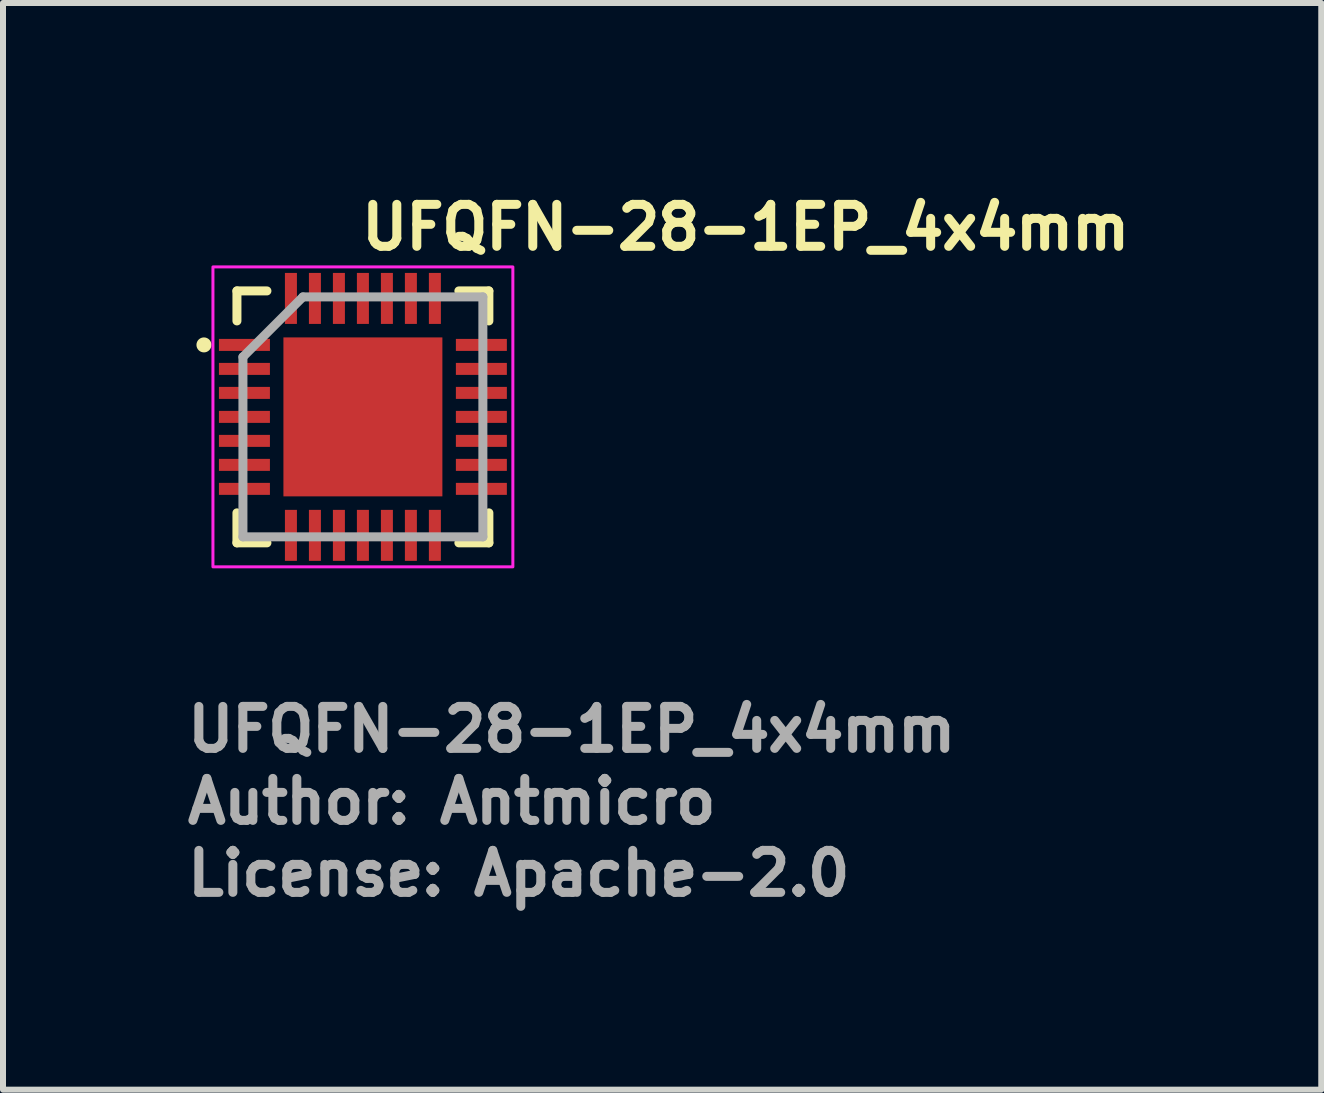
<source format=kicad_pcb>
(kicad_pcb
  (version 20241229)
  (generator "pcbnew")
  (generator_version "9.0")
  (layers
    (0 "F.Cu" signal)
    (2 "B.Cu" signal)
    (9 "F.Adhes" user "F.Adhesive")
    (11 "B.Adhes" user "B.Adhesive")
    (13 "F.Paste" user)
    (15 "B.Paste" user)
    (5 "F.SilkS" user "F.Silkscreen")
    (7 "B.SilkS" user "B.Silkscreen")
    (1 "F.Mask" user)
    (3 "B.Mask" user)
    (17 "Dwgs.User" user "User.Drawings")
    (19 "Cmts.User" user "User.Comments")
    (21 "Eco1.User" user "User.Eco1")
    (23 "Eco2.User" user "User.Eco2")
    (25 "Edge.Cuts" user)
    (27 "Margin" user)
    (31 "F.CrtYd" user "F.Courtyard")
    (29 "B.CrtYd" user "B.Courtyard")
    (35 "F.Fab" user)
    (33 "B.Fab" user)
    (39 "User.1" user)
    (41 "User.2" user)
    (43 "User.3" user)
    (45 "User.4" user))
  (footprint "UFQFN-28-1EP_4x4mm"
    (layer "F.Cu")
    (at 3 3.9)
    (property "Reference" "UFQFN-28-1EP_4x4mm" (at -0.1 -2.75 0) (layer "F.SilkS") (effects (font (size 0.7 0.7) (thickness 0.15)) (justify left bottom)))
    (attr smd)
    (fp_line (start -2.1 -1.6) (end -2.1 -2.1) (stroke (width 0.15) (type solid)) (layer "F.SilkS"))
    (fp_line (start -2.1 2.1) (end -2.1 1.6) (stroke (width 0.15) (type solid)) (layer "F.SilkS"))
    (fp_line (start -2.1 2.1) (end -1.6 2.1) (stroke (width 0.15) (type solid)) (layer "F.SilkS"))
    (fp_line (start -1.6 -2.1) (end -2.1 -2.1) (stroke (width 0.15) (type solid)) (layer "F.SilkS"))
    (fp_line (start 2.1 -2.1) (end 1.6 -2.1) (stroke (width 0.15) (type solid)) (layer "F.SilkS"))
    (fp_line (start 2.1 -2.1) (end 2.1 -1.6) (stroke (width 0.15) (type solid)) (layer "F.SilkS"))
    (fp_line (start 2.1 2.1) (end 1.6 2.1) (stroke (width 0.15) (type solid)) (layer "F.SilkS"))
    (fp_line (start 2.1 2.1) (end 2.1 1.6) (stroke (width 0.15) (type solid)) (layer "F.SilkS"))
    (fp_circle (center -2.65 -1.2) (end -2.6 -1.2) (stroke (width 0.15) (type solid)) (fill yes) (layer "F.SilkS"))
    (fp_rect (start -2.5 -2.5) (end 2.5 2.5) (stroke (width 0.05) (type solid)) (fill no) (layer "F.CrtYd"))
    (fp_line (start -2 -1) (end -1 -2) (stroke (width 0.15) (type solid)) (layer "F.Fab"))
    (fp_line (start -2 2) (end -2 -1) (stroke (width 0.15) (type solid)) (layer "F.Fab"))
    (fp_line (start -1 -2) (end 2 -2) (stroke (width 0.15) (type solid)) (layer "F.Fab"))
    (fp_line (start 2 -2) (end 2 2) (stroke (width 0.15) (type solid)) (layer "F.Fab"))
    (fp_line (start 2 2) (end -2 2) (stroke (width 0.15) (type solid)) (layer "F.Fab"))
    (fp_rect (start -2.045 -2.045) (end 2.045 2.045) (stroke (width 0.1) (type solid)) (fill no) (layer "User.5"))
    (fp_line (start -2.045 -2.045) (end -2.045 2.045) (stroke (width 0.02) (type solid)) (layer "User.9"))
    (fp_line (start -2.045 2.045) (end 2.045 2.045) (stroke (width 0.02) (type solid)) (layer "User.9"))
    (fp_line (start -1.738 -1.21) (end -1.738 -1.205) (stroke (width 0.02) (type solid)) (layer "User.9"))
    (fp_line (start -1.738 -1.205) (end -1.738 -1.2) (stroke (width 0.02) (type solid)) (layer "User.9"))
    (fp_line (start -1.738 -1.2) (end -1.738 -1.2) (stroke (width 0.02) (type solid)) (layer "User.9"))
    (fp_line (start -1.738 -1.2) (end -1.738 -1.195) (stroke (width 0.02) (type solid)) (layer "User.9"))
    (fp_line (start -1.738 -1.195) (end -1.738 -1.19) (stroke (width 0.02) (type solid)) (layer "User.9"))
    (fp_line (start -1.738 -1.19) (end -1.737 -1.184) (stroke (width 0.02) (type solid)) (layer "User.9"))
    (fp_line (start -1.737 -1.216) (end -1.738 -1.21) (stroke (width 0.02) (type solid)) (layer "User.9"))
    (fp_line (start -1.737 -1.184) (end -1.736 -1.179) (stroke (width 0.02) (type solid)) (layer "User.9"))
    (fp_line (start -1.736 -1.221) (end -1.737 -1.216) (stroke (width 0.02) (type solid)) (layer "User.9"))
    (fp_line (start -1.736 -1.179) (end -1.735 -1.174) (stroke (width 0.02) (type solid)) (layer "User.9"))
    (fp_line (start -1.735 -1.226) (end -1.736 -1.221) (stroke (width 0.02) (type solid)) (layer "User.9"))
    (fp_line (start -1.735 -1.174) (end -1.734 -1.17) (stroke (width 0.02) (type solid)) (layer "User.9"))
    (fp_line (start -1.734 -1.23) (end -1.735 -1.226) (stroke (width 0.02) (type solid)) (layer "User.9"))
    (fp_line (start -1.734 -1.17) (end -1.732 -1.165) (stroke (width 0.02) (type solid)) (layer "User.9"))
    (fp_line (start -1.732 -1.235) (end -1.734 -1.23) (stroke (width 0.02) (type solid)) (layer "User.9"))
    (fp_line (start -1.732 -1.165) (end -1.73 -1.16) (stroke (width 0.02) (type solid)) (layer "User.9"))
    (fp_line (start -1.73 -1.24) (end -1.732 -1.235) (stroke (width 0.02) (type solid)) (layer "User.9"))
    (fp_line (start -1.73 -1.16) (end -1.728 -1.156) (stroke (width 0.02) (type solid)) (layer "User.9"))
    (fp_line (start -1.728 -1.244) (end -1.73 -1.24) (stroke (width 0.02) (type solid)) (layer "User.9"))
    (fp_line (start -1.728 -1.156) (end -1.726 -1.151) (stroke (width 0.02) (type solid)) (layer "User.9"))
    (fp_line (start -1.726 -1.249) (end -1.728 -1.244) (stroke (width 0.02) (type solid)) (layer "User.9"))
    (fp_line (start -1.726 -1.151) (end -1.723 -1.147) (stroke (width 0.02) (type solid)) (layer "User.9"))
    (fp_line (start -1.723 -1.253) (end -1.726 -1.249) (stroke (width 0.02) (type solid)) (layer "User.9"))
    (fp_line (start -1.723 -1.147) (end -1.721 -1.143) (stroke (width 0.02) (type solid)) (layer "User.9"))
    (fp_line (start -1.721 -1.257) (end -1.723 -1.253) (stroke (width 0.02) (type solid)) (layer "User.9"))
    (fp_line (start -1.721 -1.143) (end -1.718 -1.139) (stroke (width 0.02) (type solid)) (layer "User.9"))
    (fp_line (start -1.718 -1.261) (end -1.721 -1.257) (stroke (width 0.02) (type solid)) (layer "User.9"))
    (fp_line (start -1.718 -1.139) (end -1.715 -1.135) (stroke (width 0.02) (type solid)) (layer "User.9"))
    (fp_line (start -1.715 -1.265) (end -1.718 -1.261) (stroke (width 0.02) (type solid)) (layer "User.9"))
    (fp_line (start -1.715 -1.135) (end -1.712 -1.131) (stroke (width 0.02) (type solid)) (layer "User.9"))
    (fp_line (start -1.712 -1.269) (end -1.715 -1.265) (stroke (width 0.02) (type solid)) (layer "User.9"))
    (fp_line (start -1.712 -1.131) (end -1.708 -1.128) (stroke (width 0.02) (type solid)) (layer "User.9"))
    (fp_line (start -1.708 -1.272) (end -1.712 -1.269) (stroke (width 0.02) (type solid)) (layer "User.9"))
    (fp_line (start -1.708 -1.128) (end -1.705 -1.124) (stroke (width 0.02) (type solid)) (layer "User.9"))
    (fp_line (start -1.705 -1.276) (end -1.708 -1.272) (stroke (width 0.02) (type solid)) (layer "User.9"))
    (fp_line (start -1.705 -1.124) (end -1.701 -1.121) (stroke (width 0.02) (type solid)) (layer "User.9"))
    (fp_line (start -1.701 -1.279) (end -1.705 -1.276) (stroke (width 0.02) (type solid)) (layer "User.9"))
    (fp_line (start -1.701 -1.121) (end -1.697 -1.118) (stroke (width 0.02) (type solid)) (layer "User.9"))
    (fp_line (start -1.697 -1.282) (end -1.701 -1.279) (stroke (width 0.02) (type solid)) (layer "User.9"))
    (fp_line (start -1.697 -1.118) (end -1.693 -1.115) (stroke (width 0.02) (type solid)) (layer "User.9"))
    (fp_line (start -1.693 -1.285) (end -1.697 -1.282) (stroke (width 0.02) (type solid)) (layer "User.9"))
    (fp_line (start -1.693 -1.115) (end -1.689 -1.113) (stroke (width 0.02) (type solid)) (layer "User.9"))
    (fp_line (start -1.689 -1.287) (end -1.693 -1.285) (stroke (width 0.02) (type solid)) (layer "User.9"))
    (fp_line (start -1.689 -1.113) (end -1.685 -1.11) (stroke (width 0.02) (type solid)) (layer "User.9"))
    (fp_line (start -1.685 -1.29) (end -1.689 -1.287) (stroke (width 0.02) (type solid)) (layer "User.9"))
    (fp_line (start -1.685 -1.11) (end -1.68 -1.108) (stroke (width 0.02) (type solid)) (layer "User.9"))
    (fp_line (start -1.68 -1.292) (end -1.685 -1.29) (stroke (width 0.02) (type solid)) (layer "User.9"))
    (fp_line (start -1.68 -1.108) (end -1.676 -1.106) (stroke (width 0.02) (type solid)) (layer "User.9"))
    (fp_line (start -1.676 -1.294) (end -1.68 -1.292) (stroke (width 0.02) (type solid)) (layer "User.9"))
    (fp_line (start -1.676 -1.106) (end -1.671 -1.104) (stroke (width 0.02) (type solid)) (layer "User.9"))
    (fp_line (start -1.671 -1.296) (end -1.676 -1.294) (stroke (width 0.02) (type solid)) (layer "User.9"))
    (fp_line (start -1.671 -1.104) (end -1.666 -1.102) (stroke (width 0.02) (type solid)) (layer "User.9"))
    (fp_line (start -1.666 -1.298) (end -1.671 -1.296) (stroke (width 0.02) (type solid)) (layer "User.9"))
    (fp_line (start -1.666 -1.102) (end -1.662 -1.101) (stroke (width 0.02) (type solid)) (layer "User.9"))
    (fp_line (start -1.662 -1.299) (end -1.666 -1.298) (stroke (width 0.02) (type solid)) (layer "User.9"))
    (fp_line (start -1.662 -1.101) (end -1.657 -1.1) (stroke (width 0.02) (type solid)) (layer "User.9"))
    (fp_line (start -1.657 -1.3) (end -1.662 -1.299) (stroke (width 0.02) (type solid)) (layer "User.9"))
    (fp_line (start -1.657 -1.1) (end -1.652 -1.099) (stroke (width 0.02) (type solid)) (layer "User.9"))
    (fp_line (start -1.652 -1.301) (end -1.657 -1.3) (stroke (width 0.02) (type solid)) (layer "User.9"))
    (fp_line (start -1.652 -1.099) (end -1.646 -1.098) (stroke (width 0.02) (type solid)) (layer "User.9"))
    (fp_line (start -1.646 -1.302) (end -1.652 -1.301) (stroke (width 0.02) (type solid)) (layer "User.9"))
    (fp_line (start -1.646 -1.098) (end -1.641 -1.098) (stroke (width 0.02) (type solid)) (layer "User.9"))
    (fp_line (start -1.641 -1.302) (end -1.646 -1.302) (stroke (width 0.02) (type solid)) (layer "User.9"))
    (fp_line (start -1.641 -1.098) (end -1.636 -1.098) (stroke (width 0.02) (type solid)) (layer "User.9"))
    (fp_line (start -1.636 -1.302) (end -1.641 -1.302) (stroke (width 0.02) (type solid)) (layer "User.9"))
    (fp_line (start -1.636 -1.302) (end -1.636 -1.302) (stroke (width 0.02) (type solid)) (layer "User.9"))
    (fp_line (start -1.636 -1.098) (end -1.636 -1.098) (stroke (width 0.02) (type solid)) (layer "User.9"))
    (fp_line (start -1.636 -1.098) (end -1.631 -1.098) (stroke (width 0.02) (type solid)) (layer "User.9"))
    (fp_line (start -1.631 -1.302) (end -1.636 -1.302) (stroke (width 0.02) (type solid)) (layer "User.9"))
    (fp_line (start -1.631 -1.098) (end -1.626 -1.098) (stroke (width 0.02) (type solid)) (layer "User.9"))
    (fp_line (start -1.626 -1.302) (end -1.631 -1.302) (stroke (width 0.02) (type solid)) (layer "User.9"))
    (fp_line (start -1.626 -1.098) (end -1.62 -1.099) (stroke (width 0.02) (type solid)) (layer "User.9"))
    (fp_line (start -1.62 -1.301) (end -1.626 -1.302) (stroke (width 0.02) (type solid)) (layer "User.9"))
    (fp_line (start -1.62 -1.099) (end -1.615 -1.1) (stroke (width 0.02) (type solid)) (layer "User.9"))
    (fp_line (start -1.615 -1.3) (end -1.62 -1.301) (stroke (width 0.02) (type solid)) (layer "User.9"))
    (fp_line (start -1.615 -1.1) (end -1.61 -1.101) (stroke (width 0.02) (type solid)) (layer "User.9"))
    (fp_line (start -1.61 -1.299) (end -1.615 -1.3) (stroke (width 0.02) (type solid)) (layer "User.9"))
    (fp_line (start -1.61 -1.101) (end -1.606 -1.102) (stroke (width 0.02) (type solid)) (layer "User.9"))
    (fp_line (start -1.606 -1.298) (end -1.61 -1.299) (stroke (width 0.02) (type solid)) (layer "User.9"))
    (fp_line (start -1.606 -1.102) (end -1.601 -1.104) (stroke (width 0.02) (type solid)) (layer "User.9"))
    (fp_line (start -1.601 -1.296) (end -1.606 -1.298) (stroke (width 0.02) (type solid)) (layer "User.9"))
    (fp_line (start -1.601 -1.104) (end -1.596 -1.106) (stroke (width 0.02) (type solid)) (layer "User.9"))
    (fp_line (start -1.596 -1.294) (end -1.601 -1.296) (stroke (width 0.02) (type solid)) (layer "User.9"))
    (fp_line (start -1.596 -1.106) (end -1.592 -1.108) (stroke (width 0.02) (type solid)) (layer "User.9"))
    (fp_line (start -1.592 -1.292) (end -1.596 -1.294) (stroke (width 0.02) (type solid)) (layer "User.9"))
    (fp_line (start -1.592 -1.108) (end -1.587 -1.11) (stroke (width 0.02) (type solid)) (layer "User.9"))
    (fp_line (start -1.587 -1.29) (end -1.592 -1.292) (stroke (width 0.02) (type solid)) (layer "User.9"))
    (fp_line (start -1.587 -1.11) (end -1.583 -1.113) (stroke (width 0.02) (type solid)) (layer "User.9"))
    (fp_line (start -1.583 -1.287) (end -1.587 -1.29) (stroke (width 0.02) (type solid)) (layer "User.9"))
    (fp_line (start -1.583 -1.113) (end -1.579 -1.115) (stroke (width 0.02) (type solid)) (layer "User.9"))
    (fp_line (start -1.579 -1.285) (end -1.583 -1.287) (stroke (width 0.02) (type solid)) (layer "User.9"))
    (fp_line (start -1.579 -1.115) (end -1.575 -1.118) (stroke (width 0.02) (type solid)) (layer "User.9"))
    (fp_line (start -1.575 -1.282) (end -1.579 -1.285) (stroke (width 0.02) (type solid)) (layer "User.9"))
    (fp_line (start -1.575 -1.118) (end -1.571 -1.121) (stroke (width 0.02) (type solid)) (layer "User.9"))
    (fp_line (start -1.571 -1.279) (end -1.575 -1.282) (stroke (width 0.02) (type solid)) (layer "User.9"))
    (fp_line (start -1.571 -1.121) (end -1.567 -1.124) (stroke (width 0.02) (type solid)) (layer "User.9"))
    (fp_line (start -1.567 -1.276) (end -1.571 -1.279) (stroke (width 0.02) (type solid)) (layer "User.9"))
    (fp_line (start -1.567 -1.124) (end -1.564 -1.128) (stroke (width 0.02) (type solid)) (layer "User.9"))
    (fp_line (start -1.564 -1.272) (end -1.567 -1.276) (stroke (width 0.02) (type solid)) (layer "User.9"))
    (fp_line (start -1.564 -1.128) (end -1.56 -1.131) (stroke (width 0.02) (type solid)) (layer "User.9"))
    (fp_line (start -1.56 -1.269) (end -1.564 -1.272) (stroke (width 0.02) (type solid)) (layer "User.9"))
    (fp_line (start -1.56 -1.131) (end -1.557 -1.135) (stroke (width 0.02) (type solid)) (layer "User.9"))
    (fp_line (start -1.557 -1.265) (end -1.56 -1.269) (stroke (width 0.02) (type solid)) (layer "User.9"))
    (fp_line (start -1.557 -1.135) (end -1.554 -1.139) (stroke (width 0.02) (type solid)) (layer "User.9"))
    (fp_line (start -1.554 -1.261) (end -1.557 -1.265) (stroke (width 0.02) (type solid)) (layer "User.9"))
    (fp_line (start -1.554 -1.139) (end -1.551 -1.143) (stroke (width 0.02) (type solid)) (layer "User.9"))
    (fp_line (start -1.551 -1.257) (end -1.554 -1.261) (stroke (width 0.02) (type solid)) (layer "User.9"))
    (fp_line (start -1.551 -1.143) (end -1.549 -1.147) (stroke (width 0.02) (type solid)) (layer "User.9"))
    (fp_line (start -1.549 -1.253) (end -1.551 -1.257) (stroke (width 0.02) (type solid)) (layer "User.9"))
    (fp_line (start -1.549 -1.147) (end -1.546 -1.151) (stroke (width 0.02) (type solid)) (layer "User.9"))
    (fp_line (start -1.546 -1.249) (end -1.549 -1.253) (stroke (width 0.02) (type solid)) (layer "User.9"))
    (fp_line (start -1.546 -1.151) (end -1.544 -1.156) (stroke (width 0.02) (type solid)) (layer "User.9"))
    (fp_line (start -1.544 -1.244) (end -1.546 -1.249) (stroke (width 0.02) (type solid)) (layer "User.9"))
    (fp_line (start -1.544 -1.156) (end -1.542 -1.16) (stroke (width 0.02) (type solid)) (layer "User.9"))
    (fp_line (start -1.542 -1.24) (end -1.544 -1.244) (stroke (width 0.02) (type solid)) (layer "User.9"))
    (fp_line (start -1.542 -1.16) (end -1.54 -1.165) (stroke (width 0.02) (type solid)) (layer "User.9"))
    (fp_line (start -1.54 -1.235) (end -1.542 -1.24) (stroke (width 0.02) (type solid)) (layer "User.9"))
    (fp_line (start -1.54 -1.165) (end -1.538 -1.17) (stroke (width 0.02) (type solid)) (layer "User.9"))
    (fp_line (start -1.538 -1.23) (end -1.54 -1.235) (stroke (width 0.02) (type solid)) (layer "User.9"))
    (fp_line (start -1.538 -1.17) (end -1.537 -1.174) (stroke (width 0.02) (type solid)) (layer "User.9"))
    (fp_line (start -1.537 -1.226) (end -1.538 -1.23) (stroke (width 0.02) (type solid)) (layer "User.9"))
    (fp_line (start -1.537 -1.174) (end -1.536 -1.179) (stroke (width 0.02) (type solid)) (layer "User.9"))
    (fp_line (start -1.536 -1.221) (end -1.537 -1.226) (stroke (width 0.02) (type solid)) (layer "User.9"))
    (fp_line (start -1.536 -1.179) (end -1.535 -1.184) (stroke (width 0.02) (type solid)) (layer "User.9"))
    (fp_line (start -1.535 -1.216) (end -1.536 -1.221) (stroke (width 0.02) (type solid)) (layer "User.9"))
    (fp_line (start -1.535 -1.184) (end -1.534 -1.19) (stroke (width 0.02) (type solid)) (layer "User.9"))
    (fp_line (start -1.534 -1.21) (end -1.535 -1.216) (stroke (width 0.02) (type solid)) (layer "User.9"))
    (fp_line (start -1.534 -1.205) (end -1.534 -1.21) (stroke (width 0.02) (type solid)) (layer "User.9"))
    (fp_line (start -1.534 -1.2) (end -1.534 -1.205) (stroke (width 0.02) (type solid)) (layer "User.9"))
    (fp_line (start -1.534 -1.2) (end -1.534 -1.2) (stroke (width 0.02) (type solid)) (layer "User.9"))
    (fp_line (start -1.534 -1.2) (end -1.534 -1.2) (stroke (width 0.02) (type solid)) (layer "User.9"))
    (fp_line (start -1.534 -1.195) (end -1.534 -1.2) (stroke (width 0.02) (type solid)) (layer "User.9"))
    (fp_line (start -1.534 -1.19) (end -1.534 -1.195) (stroke (width 0.02) (type solid)) (layer "User.9"))
    (fp_line (start 2.045 -2.045) (end -2.045 -2.045) (stroke (width 0.02) (type solid)) (layer "User.9"))
    (fp_line (start 2.045 2.045) (end 2.045 -2.045) (stroke (width 0.02) (type solid)) (layer "User.9"))
    (fp_text user "${REFERENCE}" (at -3 5.62 0) (layer "F.Fab") (effects (font (size 0.7 0.7) (thickness 0.15)) (justify left bottom)))
    (fp_text user "License: Apache-2.0" (at -3 8.02 0) (layer "F.Fab") (effects (font (size 0.7 0.7) (thickness 0.15)) (justify left bottom)))
    (fp_text user "Author: Antmicro" (at -3 6.82 0) (layer "F.Fab") (effects (font (size 0.7 0.7) (thickness 0.15)) (justify left bottom)))
    (pad "1" smd rect (at -1.975 -1.2 270) (size 0.2 0.85) (layers "F.Cu" "F.Mask" "F.Paste"))
    (pad "2" smd rect (at -1.975 -0.8 270) (size 0.2 0.85) (layers "F.Cu" "F.Mask" "F.Paste"))
    (pad "3" smd rect (at -1.975 -0.4 270) (size 0.2 0.85) (layers "F.Cu" "F.Mask" "F.Paste"))
    (pad "4" smd rect (at -1.975 0 270) (size 0.2 0.85) (layers "F.Cu" "F.Mask" "F.Paste"))
    (pad "5" smd rect (at -1.975 0.4 270) (size 0.2 0.85) (layers "F.Cu" "F.Mask" "F.Paste"))
    (pad "6" smd rect (at -1.975 0.8 270) (size 0.2 0.85) (layers "F.Cu" "F.Mask" "F.Paste"))
    (pad "7" smd rect (at -1.975 1.2 270) (size 0.2 0.85) (layers "F.Cu" "F.Mask" "F.Paste"))
    (pad "8" smd rect (at -1.2 1.975 270) (size 0.85 0.2) (layers "F.Cu" "F.Mask" "F.Paste"))
    (pad "9" smd rect (at -0.8 1.975 270) (size 0.85 0.2) (layers "F.Cu" "F.Mask" "F.Paste"))
    (pad "10" smd rect (at -0.4 1.975 270) (size 0.85 0.2) (layers "F.Cu" "F.Mask" "F.Paste"))
    (pad "11" smd rect (at 0 1.975 270) (size 0.85 0.2) (layers "F.Cu" "F.Mask" "F.Paste"))
    (pad "12" smd rect (at 0.4 1.975 270) (size 0.85 0.2) (layers "F.Cu" "F.Mask" "F.Paste"))
    (pad "13" smd rect (at 0.8 1.975 270) (size 0.85 0.2) (layers "F.Cu" "F.Mask" "F.Paste"))
    (pad "14" smd rect (at 1.2 1.975 270) (size 0.85 0.2) (layers "F.Cu" "F.Mask" "F.Paste"))
    (pad "15" smd rect (at 1.975 1.2 270) (size 0.2 0.85) (layers "F.Cu" "F.Mask" "F.Paste"))
    (pad "16" smd rect (at 1.975 0.8 270) (size 0.2 0.85) (layers "F.Cu" "F.Mask" "F.Paste"))
    (pad "17" smd rect (at 1.975 0.4 270) (size 0.2 0.85) (layers "F.Cu" "F.Mask" "F.Paste"))
    (pad "18" smd rect (at 1.975 0 270) (size 0.2 0.85) (layers "F.Cu" "F.Mask" "F.Paste"))
    (pad "19" smd rect (at 1.975 -0.4 270) (size 0.2 0.85) (layers "F.Cu" "F.Mask" "F.Paste"))
    (pad "20" smd rect (at 1.975 -0.8 270) (size 0.2 0.85) (layers "F.Cu" "F.Mask" "F.Paste"))
    (pad "21" smd rect (at 1.975 -1.2 270) (size 0.2 0.85) (layers "F.Cu" "F.Mask" "F.Paste"))
    (pad "22" smd rect (at 1.2 -1.975 270) (size 0.85 0.2) (layers "F.Cu" "F.Mask" "F.Paste"))
    (pad "23" smd rect (at 0.8 -1.975 270) (size 0.85 0.2) (layers "F.Cu" "F.Mask" "F.Paste"))
    (pad "24" smd rect (at 0.4 -1.975 270) (size 0.85 0.2) (layers "F.Cu" "F.Mask" "F.Paste"))
    (pad "25" smd rect (at 0 -1.975 270) (size 0.85 0.2) (layers "F.Cu" "F.Mask" "F.Paste"))
    (pad "26" smd rect (at -0.4 -1.975 270) (size 0.85 0.2) (layers "F.Cu" "F.Mask" "F.Paste"))
    (pad "27" smd rect (at -0.8 -1.975 270) (size 0.85 0.2) (layers "F.Cu" "F.Mask" "F.Paste"))
    (pad "28" smd rect (at -1.2 -1.975 270) (size 0.85 0.2) (layers "F.Cu" "F.Mask" "F.Paste"))
    (pad "29" smd rect (at 0 0 270) (size 2.65 2.65) (layers "F.Cu" "F.Mask" "F.Paste")))
  (gr_rect
    (start -3 -3)
    (end 18.977 15.116)
    (stroke (width 0.1) (type default))
    (fill no)
    (layer "Edge.Cuts")))
</source>
